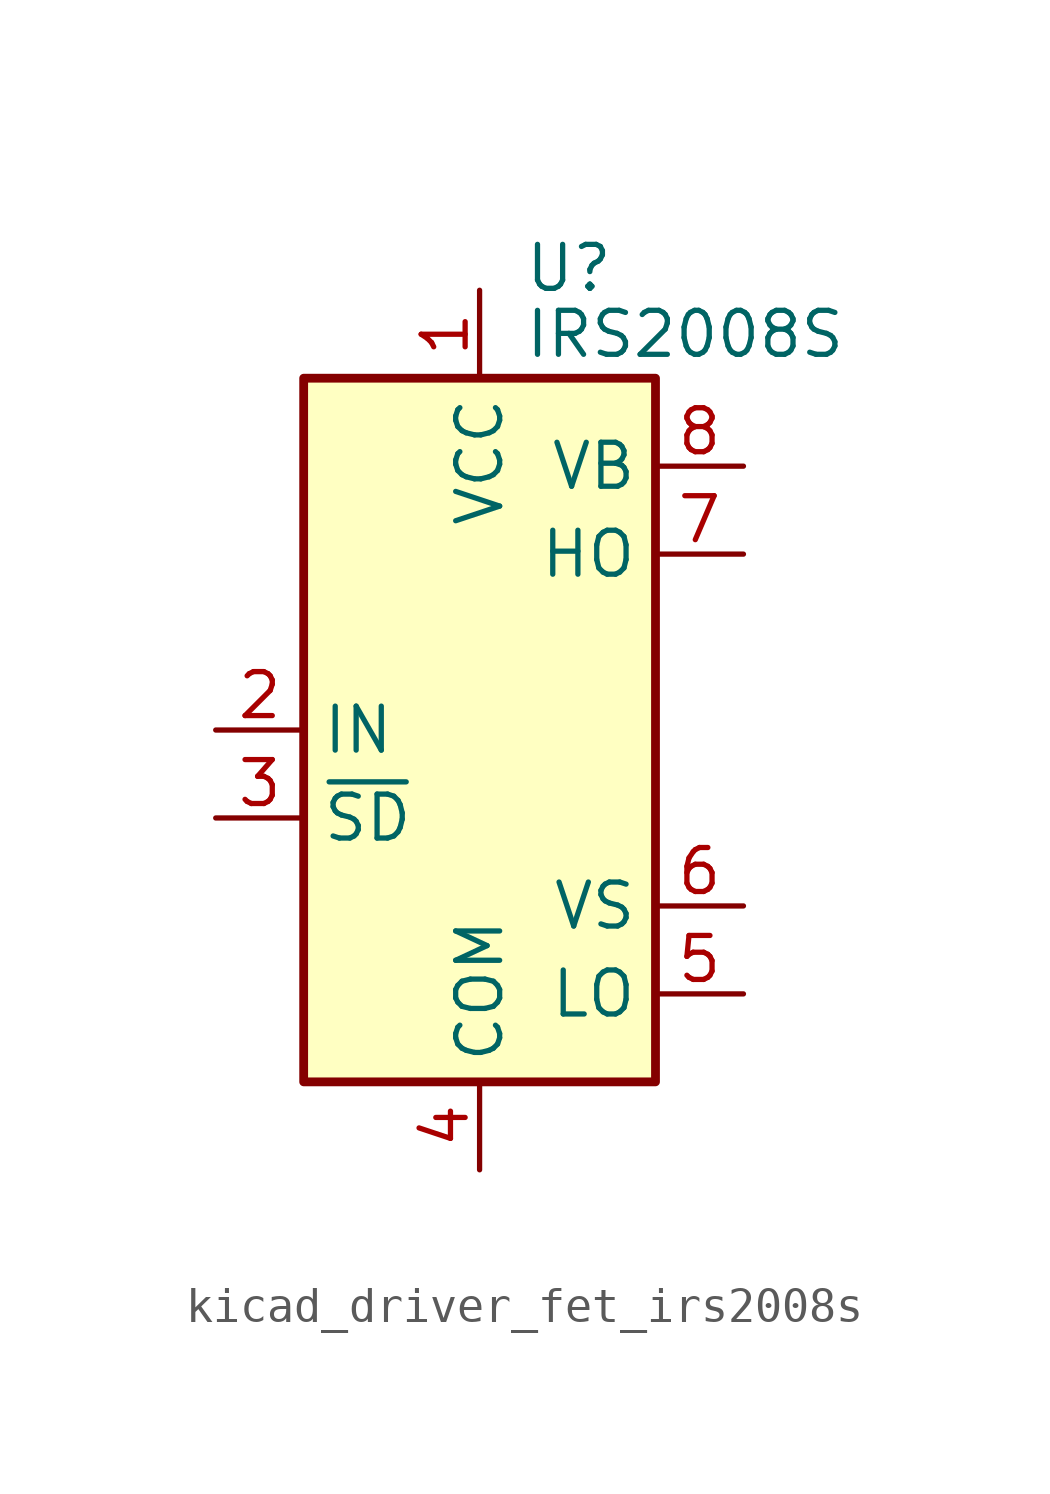
<source format=kicad_sym>
(kicad_symbol_lib
  (version 20220914)
  (generator kicad_symbol_editor)
  (symbol "kicad_driver_fet_irs2008s"
    (property "Reference" "U"
      (at 1.27 13.335 0)
      (effects (font (size 1.27 1.27)) (justify left)))
    (property "Value" "IRS2008S"
      (at 1.27 11.43 0)
      (effects (font (size 1.27 1.27)) (justify left)))
    (symbol "kicad_driver_fet_irs2008s_0_1"
      (rectangle (start -5.08 -10.16) (end 5.08 10.16) (stroke (width 0.254) (type default)) (fill (type background))))
    (symbol "kicad_driver_fet_irs2008s_1_1"
      (pin power_in line (at 0 12.7 270) (length 2.54) (name "VCC" (effects (font (size 1.27 1.27)))) (number "1" (effects (font (size 1.27 1.27)))))
      (pin input line (at -7.62 0 0) (length 2.54) (name "IN" (effects (font (size 1.27 1.27)))) (number "2" (effects (font (size 1.27 1.27)))))
      (pin input line (at -7.62 -2.54 0) (length 2.54) (name "~{SD}" (effects (font (size 1.27 1.27)))) (number "3" (effects (font (size 1.27 1.27)))))
      (pin power_in line (at 0 -12.7 90) (length 2.54) (name "COM" (effects (font (size 1.27 1.27)))) (number "4" (effects (font (size 1.27 1.27)))))
      (pin output line (at 7.62 -7.62 180) (length 2.54) (name "LO" (effects (font (size 1.27 1.27)))) (number "5" (effects (font (size 1.27 1.27)))))
      (pin passive line (at 7.62 -5.08 180) (length 2.54) (name "VS" (effects (font (size 1.27 1.27)))) (number "6" (effects (font (size 1.27 1.27)))))
      (pin output line (at 7.62 5.08 180) (length 2.54) (name "HO" (effects (font (size 1.27 1.27)))) (number "7" (effects (font (size 1.27 1.27)))))
      (pin passive line (at 7.62 7.62 180) (length 2.54) (name "VB" (effects (font (size 1.27 1.27)))) (number "8" (effects (font (size 1.27 1.27))))))))
</source>
